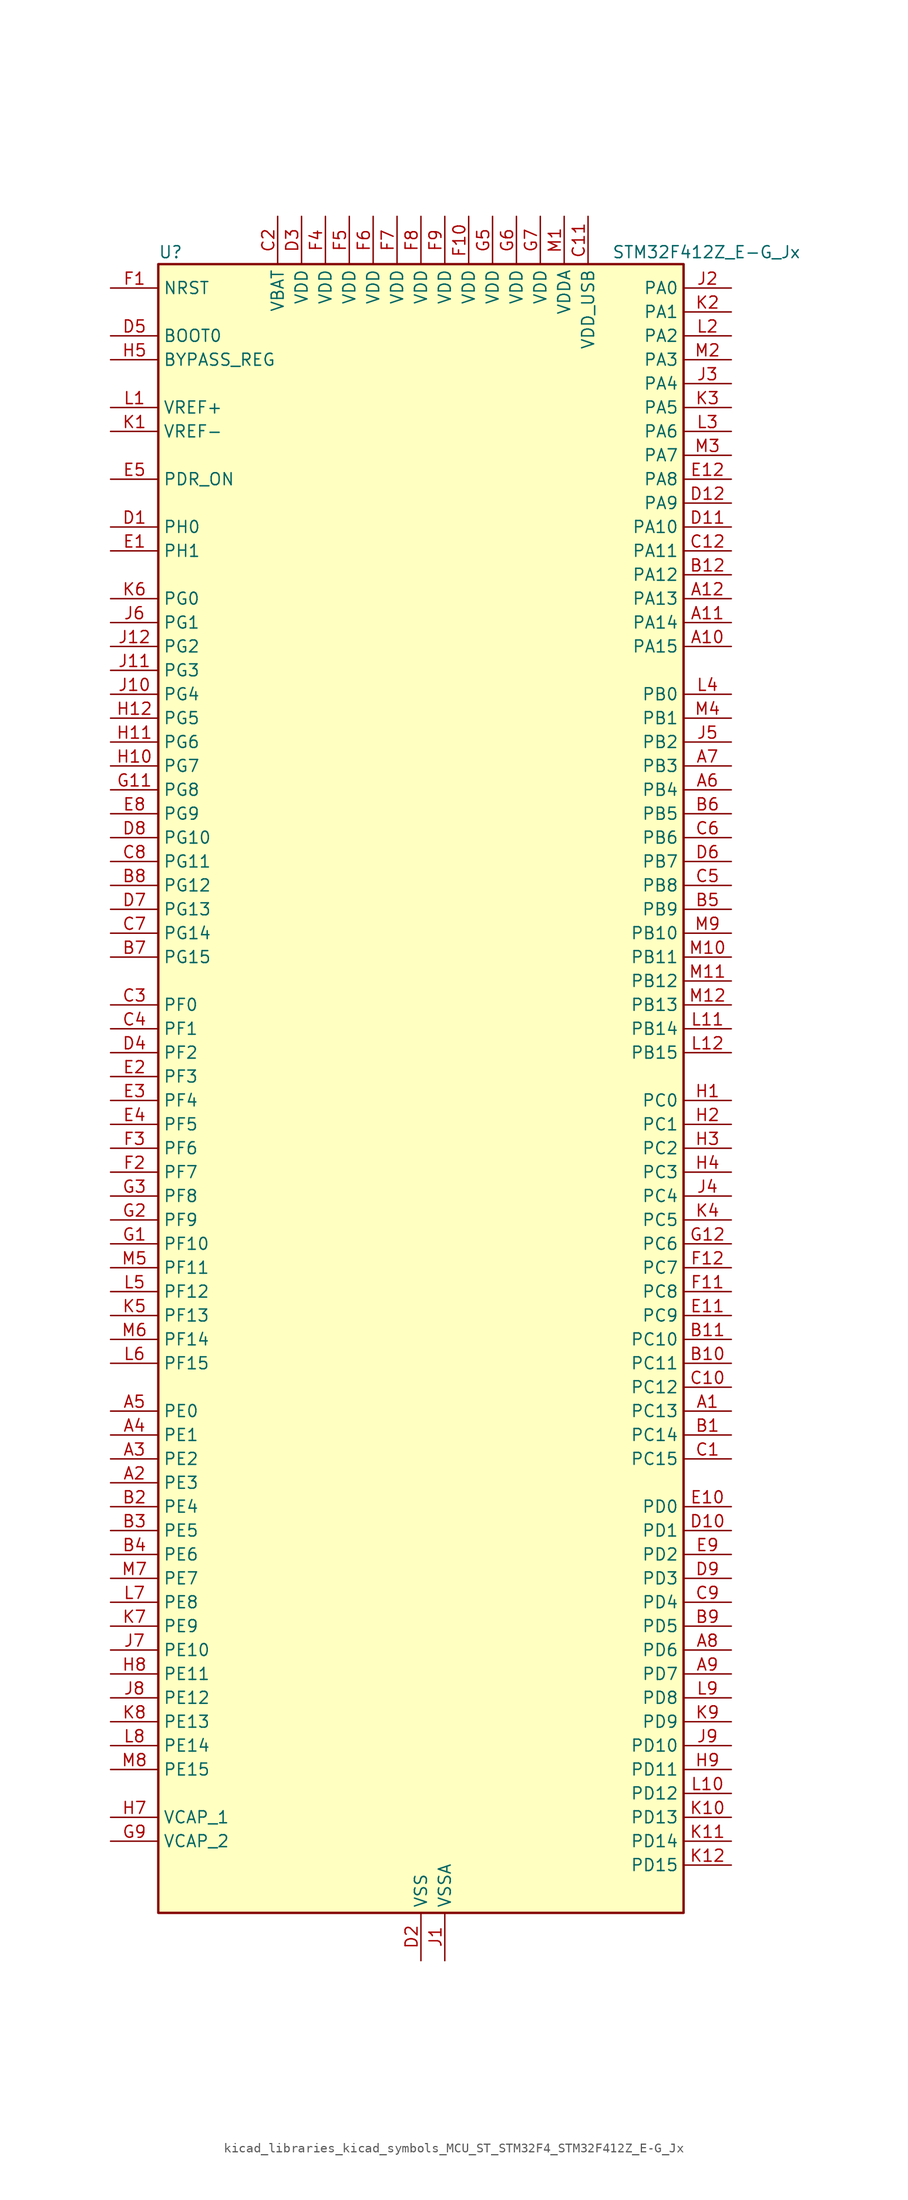
<source format=kicad_sym>
(kicad_symbol_lib
  (version 20220914)
  (generator kicad_symbol_editor)
  (symbol "kicad_libraries_kicad_symbols_MCU_ST_STM32F4_STM32F412Z_E-G_Jx"
    (property "Reference" "U"
      (at -27.94 90.17 0)
      (effects (font (size 1.27 1.27)) (justify left)))
    (property "Value" "STM32F412Z_E-G_Jx"
      (at 20.32 90.17 0)
      (effects (font (size 1.27 1.27)) (justify left)))
    (property "ki_locked" ""
      (at 0 0 0)
      (effects (font (size 1.27 1.27))))
    (symbol "kicad_libraries_kicad_symbols_MCU_ST_STM32F4_STM32F412Z_E-G_Jx_0_1"
      (rectangle (start -27.94 -86.36) (end 27.94 88.9) (stroke (width 0.254) (type default)) (fill (type background))))
    (symbol "kicad_libraries_kicad_symbols_MCU_ST_STM32F4_STM32F412Z_E-G_Jx_1_1"
      (pin bidirectional line (at 33.02 -33.02 180) (length 5.08) (name "PC13" (effects (font (size 1.27 1.27)))) (number "A1" (effects (font (size 1.27 1.27)))) (alternate "RTC_AF1" bidirectional line))
      (pin bidirectional line (at 33.02 48.26 180) (length 5.08) (name "PA15" (effects (font (size 1.27 1.27)))) (number "A10" (effects (font (size 1.27 1.27)))) (alternate "ADC1_EXTI15" bidirectional line) (alternate "I2S1_WS" bidirectional line) (alternate "I2S3_WS" bidirectional line) (alternate "SPI1_NSS" bidirectional line) (alternate "SPI3_NSS" bidirectional line) (alternate "SYS_JTDI" bidirectional line) (alternate "TIM2_CH1" bidirectional line) (alternate "TIM2_ETR" bidirectional line) (alternate "USART1_TX" bidirectional line))
      (pin bidirectional line (at 33.02 50.8 180) (length 5.08) (name "PA14" (effects (font (size 1.27 1.27)))) (number "A11" (effects (font (size 1.27 1.27)))) (alternate "SYS_JTCK-SWCLK" bidirectional line))
      (pin bidirectional line (at 33.02 53.34 180) (length 5.08) (name "PA13" (effects (font (size 1.27 1.27)))) (number "A12" (effects (font (size 1.27 1.27)))) (alternate "SYS_JTMS-SWDIO" bidirectional line))
      (pin bidirectional line (at -33.02 -40.64 0) (length 5.08) (name "PE3" (effects (font (size 1.27 1.27)))) (number "A2" (effects (font (size 1.27 1.27)))) (alternate "FSMC_A19" bidirectional line) (alternate "SYS_TRACED0" bidirectional line))
      (pin bidirectional line (at -33.02 -38.1 0) (length 5.08) (name "PE2" (effects (font (size 1.27 1.27)))) (number "A3" (effects (font (size 1.27 1.27)))) (alternate "FSMC_A23" bidirectional line) (alternate "I2S4_CK" bidirectional line) (alternate "I2S5_CK" bidirectional line) (alternate "QUADSPI_BK1_IO2" bidirectional line) (alternate "SPI4_SCK" bidirectional line) (alternate "SPI5_SCK" bidirectional line) (alternate "SYS_TRACECLK" bidirectional line))
      (pin bidirectional line (at -33.02 -35.56 0) (length 5.08) (name "PE1" (effects (font (size 1.27 1.27)))) (number "A4" (effects (font (size 1.27 1.27)))) (alternate "FSMC_NBL1" bidirectional line))
      (pin bidirectional line (at -33.02 -33.02 0) (length 5.08) (name "PE0" (effects (font (size 1.27 1.27)))) (number "A5" (effects (font (size 1.27 1.27)))) (alternate "FSMC_NBL0" bidirectional line) (alternate "TIM4_ETR" bidirectional line))
      (pin bidirectional line (at 33.02 33.02 180) (length 5.08) (name "PB4" (effects (font (size 1.27 1.27)))) (number "A6" (effects (font (size 1.27 1.27)))) (alternate "I2C3_SDA" bidirectional line) (alternate "I2S3_ext_SD" bidirectional line) (alternate "SDIO_D0" bidirectional line) (alternate "SPI1_MISO" bidirectional line) (alternate "SPI3_MISO" bidirectional line) (alternate "SYS_JTRST" bidirectional line) (alternate "TIM3_CH1" bidirectional line))
      (pin bidirectional line (at 33.02 35.56 180) (length 5.08) (name "PB3" (effects (font (size 1.27 1.27)))) (number "A7" (effects (font (size 1.27 1.27)))) (alternate "FMPI2C1_SDA" bidirectional line) (alternate "I2C2_SDA" bidirectional line) (alternate "I2S1_CK" bidirectional line) (alternate "I2S3_CK" bidirectional line) (alternate "SPI1_SCK" bidirectional line) (alternate "SPI3_SCK" bidirectional line) (alternate "SYS_JTDO-SWO" bidirectional line) (alternate "TIM2_CH2" bidirectional line) (alternate "USART1_RX" bidirectional line))
      (pin bidirectional line (at 33.02 -58.42 180) (length 5.08) (name "PD6" (effects (font (size 1.27 1.27)))) (number "A8" (effects (font (size 1.27 1.27)))) (alternate "DFSDM1_DATIN1" bidirectional line) (alternate "FSMC_NWAIT" bidirectional line) (alternate "I2S3_SD" bidirectional line) (alternate "SPI3_MOSI" bidirectional line) (alternate "USART2_RX" bidirectional line))
      (pin bidirectional line (at 33.02 -60.96 180) (length 5.08) (name "PD7" (effects (font (size 1.27 1.27)))) (number "A9" (effects (font (size 1.27 1.27)))) (alternate "DFSDM1_CKIN1" bidirectional line) (alternate "FSMC_NE1" bidirectional line) (alternate "USART2_CK" bidirectional line))
      (pin bidirectional line (at 33.02 -35.56 180) (length 5.08) (name "PC14" (effects (font (size 1.27 1.27)))) (number "B1" (effects (font (size 1.27 1.27)))) (alternate "RCC_OSC32_IN" bidirectional line))
      (pin bidirectional line (at 33.02 -27.94 180) (length 5.08) (name "PC11" (effects (font (size 1.27 1.27)))) (number "B10" (effects (font (size 1.27 1.27)))) (alternate "ADC1_EXTI11" bidirectional line) (alternate "FSMC_D2" bidirectional line) (alternate "FSMC_DA2" bidirectional line) (alternate "I2S3_ext_SD" bidirectional line) (alternate "QUADSPI_BK2_NCS" bidirectional line) (alternate "SDIO_D3" bidirectional line) (alternate "SPI3_MISO" bidirectional line) (alternate "USART3_RX" bidirectional line))
      (pin bidirectional line (at 33.02 -25.4 180) (length 5.08) (name "PC10" (effects (font (size 1.27 1.27)))) (number "B11" (effects (font (size 1.27 1.27)))) (alternate "I2S3_CK" bidirectional line) (alternate "QUADSPI_BK1_IO1" bidirectional line) (alternate "SDIO_D2" bidirectional line) (alternate "SPI3_SCK" bidirectional line) (alternate "USART3_TX" bidirectional line))
      (pin bidirectional line (at 33.02 55.88 180) (length 5.08) (name "PA12" (effects (font (size 1.27 1.27)))) (number "B12" (effects (font (size 1.27 1.27)))) (alternate "CAN1_TX" bidirectional line) (alternate "SPI5_MISO" bidirectional line) (alternate "TIM1_ETR" bidirectional line) (alternate "USART1_RTS" bidirectional line) (alternate "USART6_RX" bidirectional line) (alternate "USB_OTG_FS_DP" bidirectional line))
      (pin bidirectional line (at -33.02 -43.18 0) (length 5.08) (name "PE4" (effects (font (size 1.27 1.27)))) (number "B2" (effects (font (size 1.27 1.27)))) (alternate "DFSDM1_DATIN3" bidirectional line) (alternate "FSMC_A20" bidirectional line) (alternate "I2S4_WS" bidirectional line) (alternate "I2S5_WS" bidirectional line) (alternate "SPI4_NSS" bidirectional line) (alternate "SPI5_NSS" bidirectional line) (alternate "SYS_TRACED1" bidirectional line))
      (pin bidirectional line (at -33.02 -45.72 0) (length 5.08) (name "PE5" (effects (font (size 1.27 1.27)))) (number "B3" (effects (font (size 1.27 1.27)))) (alternate "DFSDM1_CKIN3" bidirectional line) (alternate "FSMC_A21" bidirectional line) (alternate "SPI4_MISO" bidirectional line) (alternate "SPI5_MISO" bidirectional line) (alternate "SYS_TRACED2" bidirectional line) (alternate "TIM9_CH1" bidirectional line))
      (pin bidirectional line (at -33.02 -48.26 0) (length 5.08) (name "PE6" (effects (font (size 1.27 1.27)))) (number "B4" (effects (font (size 1.27 1.27)))) (alternate "FSMC_A22" bidirectional line) (alternate "I2S4_SD" bidirectional line) (alternate "I2S5_SD" bidirectional line) (alternate "SPI4_MOSI" bidirectional line) (alternate "SPI5_MOSI" bidirectional line) (alternate "SYS_TRACED3" bidirectional line) (alternate "TIM9_CH2" bidirectional line))
      (pin bidirectional line (at 33.02 20.32 180) (length 5.08) (name "PB9" (effects (font (size 1.27 1.27)))) (number "B5" (effects (font (size 1.27 1.27)))) (alternate "CAN1_TX" bidirectional line) (alternate "I2C1_SDA" bidirectional line) (alternate "I2C2_SDA" bidirectional line) (alternate "I2S2_WS" bidirectional line) (alternate "SDIO_D5" bidirectional line) (alternate "SPI2_NSS" bidirectional line) (alternate "TIM11_CH1" bidirectional line) (alternate "TIM4_CH4" bidirectional line))
      (pin bidirectional line (at 33.02 30.48 180) (length 5.08) (name "PB5" (effects (font (size 1.27 1.27)))) (number "B6" (effects (font (size 1.27 1.27)))) (alternate "CAN2_RX" bidirectional line) (alternate "I2C1_SMBA" bidirectional line) (alternate "I2S1_SD" bidirectional line) (alternate "I2S3_SD" bidirectional line) (alternate "SDIO_D3" bidirectional line) (alternate "SPI1_MOSI" bidirectional line) (alternate "SPI3_MOSI" bidirectional line) (alternate "TIM3_CH2" bidirectional line))
      (pin bidirectional line (at -33.02 15.24 0) (length 5.08) (name "PG15" (effects (font (size 1.27 1.27)))) (number "B7" (effects (font (size 1.27 1.27)))) (alternate "ADC1_EXTI15" bidirectional line) (alternate "USART6_CTS" bidirectional line))
      (pin bidirectional line (at -33.02 22.86 0) (length 5.08) (name "PG12" (effects (font (size 1.27 1.27)))) (number "B8" (effects (font (size 1.27 1.27)))) (alternate "CAN2_TX" bidirectional line) (alternate "FSMC_NE4" bidirectional line) (alternate "USART6_RTS" bidirectional line))
      (pin bidirectional line (at 33.02 -55.88 180) (length 5.08) (name "PD5" (effects (font (size 1.27 1.27)))) (number "B9" (effects (font (size 1.27 1.27)))) (alternate "FSMC_NWE" bidirectional line) (alternate "USART2_TX" bidirectional line))
      (pin bidirectional line (at 33.02 -38.1 180) (length 5.08) (name "PC15" (effects (font (size 1.27 1.27)))) (number "C1" (effects (font (size 1.27 1.27)))) (alternate "ADC1_EXTI15" bidirectional line) (alternate "RCC_OSC32_OUT" bidirectional line))
      (pin bidirectional line (at 33.02 -30.48 180) (length 5.08) (name "PC12" (effects (font (size 1.27 1.27)))) (number "C10" (effects (font (size 1.27 1.27)))) (alternate "FSMC_D3" bidirectional line) (alternate "FSMC_DA3" bidirectional line) (alternate "I2S3_SD" bidirectional line) (alternate "SDIO_CK" bidirectional line) (alternate "SPI3_MOSI" bidirectional line) (alternate "USART3_CK" bidirectional line))
      (pin power_in line (at 17.78 93.98 270) (length 5.08) (name "VDD_USB" (effects (font (size 1.27 1.27)))) (number "C11" (effects (font (size 1.27 1.27)))))
      (pin bidirectional line (at 33.02 58.42 180) (length 5.08) (name "PA11" (effects (font (size 1.27 1.27)))) (number "C12" (effects (font (size 1.27 1.27)))) (alternate "ADC1_EXTI11" bidirectional line) (alternate "CAN1_RX" bidirectional line) (alternate "SPI4_MISO" bidirectional line) (alternate "TIM1_CH4" bidirectional line) (alternate "USART1_CTS" bidirectional line) (alternate "USART6_TX" bidirectional line) (alternate "USB_OTG_FS_DM" bidirectional line))
      (pin power_in line (at -15.24 93.98 270) (length 5.08) (name "VBAT" (effects (font (size 1.27 1.27)))) (number "C2" (effects (font (size 1.27 1.27)))))
      (pin bidirectional line (at -33.02 10.16 0) (length 5.08) (name "PF0" (effects (font (size 1.27 1.27)))) (number "C3" (effects (font (size 1.27 1.27)))) (alternate "FSMC_A0" bidirectional line) (alternate "I2C2_SDA" bidirectional line))
      (pin bidirectional line (at -33.02 7.62 0) (length 5.08) (name "PF1" (effects (font (size 1.27 1.27)))) (number "C4" (effects (font (size 1.27 1.27)))) (alternate "FSMC_A1" bidirectional line) (alternate "I2C2_SCL" bidirectional line))
      (pin bidirectional line (at 33.02 22.86 180) (length 5.08) (name "PB8" (effects (font (size 1.27 1.27)))) (number "C5" (effects (font (size 1.27 1.27)))) (alternate "CAN1_RX" bidirectional line) (alternate "I2C1_SCL" bidirectional line) (alternate "I2C3_SDA" bidirectional line) (alternate "I2S5_SD" bidirectional line) (alternate "SDIO_D4" bidirectional line) (alternate "SPI5_MOSI" bidirectional line) (alternate "TIM10_CH1" bidirectional line) (alternate "TIM4_CH3" bidirectional line))
      (pin bidirectional line (at 33.02 27.94 180) (length 5.08) (name "PB6" (effects (font (size 1.27 1.27)))) (number "C6" (effects (font (size 1.27 1.27)))) (alternate "CAN2_TX" bidirectional line) (alternate "I2C1_SCL" bidirectional line) (alternate "QUADSPI_BK1_NCS" bidirectional line) (alternate "SDIO_D0" bidirectional line) (alternate "TIM4_CH1" bidirectional line) (alternate "USART1_TX" bidirectional line))
      (pin bidirectional line (at -33.02 17.78 0) (length 5.08) (name "PG14" (effects (font (size 1.27 1.27)))) (number "C7" (effects (font (size 1.27 1.27)))) (alternate "FSMC_A25" bidirectional line) (alternate "QUADSPI_BK2_IO3" bidirectional line) (alternate "SYS_TRACED3" bidirectional line) (alternate "USART6_TX" bidirectional line))
      (pin bidirectional line (at -33.02 25.4 0) (length 5.08) (name "PG11" (effects (font (size 1.27 1.27)))) (number "C8" (effects (font (size 1.27 1.27)))) (alternate "ADC1_EXTI11" bidirectional line) (alternate "CAN2_RX" bidirectional line))
      (pin bidirectional line (at 33.02 -53.34 180) (length 5.08) (name "PD4" (effects (font (size 1.27 1.27)))) (number "C9" (effects (font (size 1.27 1.27)))) (alternate "DFSDM1_CKIN0" bidirectional line) (alternate "FSMC_NOE" bidirectional line) (alternate "USART2_RTS" bidirectional line))
      (pin bidirectional line (at -33.02 60.96 0) (length 5.08) (name "PH0" (effects (font (size 1.27 1.27)))) (number "D1" (effects (font (size 1.27 1.27)))) (alternate "RCC_OSC_IN" bidirectional line))
      (pin bidirectional line (at 33.02 -45.72 180) (length 5.08) (name "PD1" (effects (font (size 1.27 1.27)))) (number "D10" (effects (font (size 1.27 1.27)))) (alternate "CAN1_TX" bidirectional line) (alternate "FSMC_D3" bidirectional line) (alternate "FSMC_DA3" bidirectional line))
      (pin bidirectional line (at 33.02 60.96 180) (length 5.08) (name "PA10" (effects (font (size 1.27 1.27)))) (number "D11" (effects (font (size 1.27 1.27)))) (alternate "I2S5_SD" bidirectional line) (alternate "SPI5_MOSI" bidirectional line) (alternate "TIM1_CH3" bidirectional line) (alternate "USART1_RX" bidirectional line) (alternate "USB_OTG_FS_ID" bidirectional line))
      (pin bidirectional line (at 33.02 63.5 180) (length 5.08) (name "PA9" (effects (font (size 1.27 1.27)))) (number "D12" (effects (font (size 1.27 1.27)))) (alternate "I2C3_SMBA" bidirectional line) (alternate "SDIO_D2" bidirectional line) (alternate "TIM1_CH2" bidirectional line) (alternate "USART1_TX" bidirectional line) (alternate "USB_OTG_FS_VBUS" bidirectional line))
      (pin power_in line (at 0 -91.44 90) (length 5.08) (name "VSS" (effects (font (size 1.27 1.27)))) (number "D2" (effects (font (size 1.27 1.27)))))
      (pin power_in line (at -12.7 93.98 270) (length 5.08) (name "VDD" (effects (font (size 1.27 1.27)))) (number "D3" (effects (font (size 1.27 1.27)))))
      (pin bidirectional line (at -33.02 5.08 0) (length 5.08) (name "PF2" (effects (font (size 1.27 1.27)))) (number "D4" (effects (font (size 1.27 1.27)))) (alternate "FSMC_A2" bidirectional line) (alternate "I2C2_SMBA" bidirectional line))
      (pin input line (at -33.02 81.28 0) (length 5.08) (name "BOOT0" (effects (font (size 1.27 1.27)))) (number "D5" (effects (font (size 1.27 1.27)))))
      (pin bidirectional line (at 33.02 25.4 180) (length 5.08) (name "PB7" (effects (font (size 1.27 1.27)))) (number "D6" (effects (font (size 1.27 1.27)))) (alternate "FSMC_NL" bidirectional line) (alternate "I2C1_SDA" bidirectional line) (alternate "TIM4_CH2" bidirectional line) (alternate "USART1_RX" bidirectional line))
      (pin bidirectional line (at -33.02 20.32 0) (length 5.08) (name "PG13" (effects (font (size 1.27 1.27)))) (number "D7" (effects (font (size 1.27 1.27)))) (alternate "FSMC_A24" bidirectional line) (alternate "SYS_TRACED2" bidirectional line) (alternate "USART6_CTS" bidirectional line))
      (pin bidirectional line (at -33.02 27.94 0) (length 5.08) (name "PG10" (effects (font (size 1.27 1.27)))) (number "D8" (effects (font (size 1.27 1.27)))) (alternate "FSMC_NE3" bidirectional line))
      (pin bidirectional line (at 33.02 -50.8 180) (length 5.08) (name "PD3" (effects (font (size 1.27 1.27)))) (number "D9" (effects (font (size 1.27 1.27)))) (alternate "DFSDM1_DATIN0" bidirectional line) (alternate "FSMC_CLK" bidirectional line) (alternate "I2S2_CK" bidirectional line) (alternate "QUADSPI_CLK" bidirectional line) (alternate "SPI2_SCK" bidirectional line) (alternate "SYS_TRACED1" bidirectional line) (alternate "USART2_CTS" bidirectional line))
      (pin bidirectional line (at -33.02 58.42 0) (length 5.08) (name "PH1" (effects (font (size 1.27 1.27)))) (number "E1" (effects (font (size 1.27 1.27)))) (alternate "RCC_OSC_OUT" bidirectional line))
      (pin bidirectional line (at 33.02 -43.18 180) (length 5.08) (name "PD0" (effects (font (size 1.27 1.27)))) (number "E10" (effects (font (size 1.27 1.27)))) (alternate "CAN1_RX" bidirectional line) (alternate "FSMC_D2" bidirectional line) (alternate "FSMC_DA2" bidirectional line))
      (pin bidirectional line (at 33.02 -22.86 180) (length 5.08) (name "PC9" (effects (font (size 1.27 1.27)))) (number "E11" (effects (font (size 1.27 1.27)))) (alternate "I2C3_SDA" bidirectional line) (alternate "I2S_CKIN" bidirectional line) (alternate "QUADSPI_BK1_IO0" bidirectional line) (alternate "RCC_MCO_2" bidirectional line) (alternate "SDIO_D1" bidirectional line) (alternate "TIM3_CH4" bidirectional line) (alternate "TIM8_CH4" bidirectional line))
      (pin bidirectional line (at 33.02 66.04 180) (length 5.08) (name "PA8" (effects (font (size 1.27 1.27)))) (number "E12" (effects (font (size 1.27 1.27)))) (alternate "I2C3_SCL" bidirectional line) (alternate "RCC_MCO_1" bidirectional line) (alternate "SDIO_D1" bidirectional line) (alternate "TIM1_CH1" bidirectional line) (alternate "USART1_CK" bidirectional line) (alternate "USB_OTG_FS_SOF" bidirectional line))
      (pin bidirectional line (at -33.02 2.54 0) (length 5.08) (name "PF3" (effects (font (size 1.27 1.27)))) (number "E2" (effects (font (size 1.27 1.27)))) (alternate "FSMC_A3" bidirectional line) (alternate "TIM5_CH1" bidirectional line))
      (pin bidirectional line (at -33.02 0 0) (length 5.08) (name "PF4" (effects (font (size 1.27 1.27)))) (number "E3" (effects (font (size 1.27 1.27)))) (alternate "FSMC_A4" bidirectional line) (alternate "TIM5_CH2" bidirectional line))
      (pin bidirectional line (at -33.02 -2.54 0) (length 5.08) (name "PF5" (effects (font (size 1.27 1.27)))) (number "E4" (effects (font (size 1.27 1.27)))) (alternate "FSMC_A5" bidirectional line) (alternate "TIM5_CH3" bidirectional line))
      (pin input line (at -33.02 66.04 0) (length 5.08) (name "PDR_ON" (effects (font (size 1.27 1.27)))) (number "E5" (effects (font (size 1.27 1.27)))))
      (pin passive line (at 0 -91.44 90) (length 5.08) hide (name "VSS" (effects (font (size 1.27 1.27)))) (number "E6" (effects (font (size 1.27 1.27)))))
      (pin passive line (at 0 -91.44 90) (length 5.08) hide (name "VSS" (effects (font (size 1.27 1.27)))) (number "E7" (effects (font (size 1.27 1.27)))))
      (pin bidirectional line (at -33.02 30.48 0) (length 5.08) (name "PG9" (effects (font (size 1.27 1.27)))) (number "E8" (effects (font (size 1.27 1.27)))) (alternate "FSMC_NE2" bidirectional line) (alternate "QUADSPI_BK2_IO2" bidirectional line) (alternate "USART6_RX" bidirectional line))
      (pin bidirectional line (at 33.02 -48.26 180) (length 5.08) (name "PD2" (effects (font (size 1.27 1.27)))) (number "E9" (effects (font (size 1.27 1.27)))) (alternate "FSMC_NWE" bidirectional line) (alternate "SDIO_CMD" bidirectional line) (alternate "TIM3_ETR" bidirectional line))
      (pin input line (at -33.02 86.36 0) (length 5.08) (name "NRST" (effects (font (size 1.27 1.27)))) (number "F1" (effects (font (size 1.27 1.27)))))
      (pin power_in line (at 5.08 93.98 270) (length 5.08) (name "VDD" (effects (font (size 1.27 1.27)))) (number "F10" (effects (font (size 1.27 1.27)))))
      (pin bidirectional line (at 33.02 -20.32 180) (length 5.08) (name "PC8" (effects (font (size 1.27 1.27)))) (number "F11" (effects (font (size 1.27 1.27)))) (alternate "QUADSPI_BK1_IO2" bidirectional line) (alternate "SDIO_D0" bidirectional line) (alternate "TIM3_CH3" bidirectional line) (alternate "TIM8_CH3" bidirectional line) (alternate "USART6_CK" bidirectional line))
      (pin bidirectional line (at 33.02 -17.78 180) (length 5.08) (name "PC7" (effects (font (size 1.27 1.27)))) (number "F12" (effects (font (size 1.27 1.27)))) (alternate "DFSDM1_DATIN3" bidirectional line) (alternate "FMPI2C1_SDA" bidirectional line) (alternate "I2S2_CK" bidirectional line) (alternate "I2S3_MCK" bidirectional line) (alternate "SDIO_D7" bidirectional line) (alternate "SPI2_SCK" bidirectional line) (alternate "TIM3_CH2" bidirectional line) (alternate "TIM8_CH2" bidirectional line) (alternate "USART6_RX" bidirectional line))
      (pin bidirectional line (at -33.02 -7.62 0) (length 5.08) (name "PF7" (effects (font (size 1.27 1.27)))) (number "F2" (effects (font (size 1.27 1.27)))) (alternate "QUADSPI_BK1_IO2" bidirectional line) (alternate "SYS_TRACED1" bidirectional line) (alternate "TIM11_CH1" bidirectional line))
      (pin bidirectional line (at -33.02 -5.08 0) (length 5.08) (name "PF6" (effects (font (size 1.27 1.27)))) (number "F3" (effects (font (size 1.27 1.27)))) (alternate "QUADSPI_BK1_IO3" bidirectional line) (alternate "SYS_TRACED0" bidirectional line) (alternate "TIM10_CH1" bidirectional line))
      (pin power_in line (at -10.16 93.98 270) (length 5.08) (name "VDD" (effects (font (size 1.27 1.27)))) (number "F4" (effects (font (size 1.27 1.27)))))
      (pin power_in line (at -7.62 93.98 270) (length 5.08) (name "VDD" (effects (font (size 1.27 1.27)))) (number "F5" (effects (font (size 1.27 1.27)))))
      (pin power_in line (at -5.08 93.98 270) (length 5.08) (name "VDD" (effects (font (size 1.27 1.27)))) (number "F6" (effects (font (size 1.27 1.27)))))
      (pin power_in line (at -2.54 93.98 270) (length 5.08) (name "VDD" (effects (font (size 1.27 1.27)))) (number "F7" (effects (font (size 1.27 1.27)))))
      (pin power_in line (at 0 93.98 270) (length 5.08) (name "VDD" (effects (font (size 1.27 1.27)))) (number "F8" (effects (font (size 1.27 1.27)))))
      (pin power_in line (at 2.54 93.98 270) (length 5.08) (name "VDD" (effects (font (size 1.27 1.27)))) (number "F9" (effects (font (size 1.27 1.27)))))
      (pin bidirectional line (at -33.02 -15.24 0) (length 5.08) (name "PF10" (effects (font (size 1.27 1.27)))) (number "G1" (effects (font (size 1.27 1.27)))) (alternate "TIM1_ETR" bidirectional line) (alternate "TIM5_CH4" bidirectional line))
      (pin passive line (at 0 -91.44 90) (length 5.08) hide (name "VSS" (effects (font (size 1.27 1.27)))) (number "G10" (effects (font (size 1.27 1.27)))))
      (pin bidirectional line (at -33.02 33.02 0) (length 5.08) (name "PG8" (effects (font (size 1.27 1.27)))) (number "G11" (effects (font (size 1.27 1.27)))) (alternate "USART6_RTS" bidirectional line))
      (pin bidirectional line (at 33.02 -15.24 180) (length 5.08) (name "PC6" (effects (font (size 1.27 1.27)))) (number "G12" (effects (font (size 1.27 1.27)))) (alternate "DFSDM1_CKIN3" bidirectional line) (alternate "FMPI2C1_SCL" bidirectional line) (alternate "FSMC_D1" bidirectional line) (alternate "FSMC_DA1" bidirectional line) (alternate "I2S2_MCK" bidirectional line) (alternate "SDIO_D6" bidirectional line) (alternate "TIM3_CH1" bidirectional line) (alternate "TIM8_CH1" bidirectional line) (alternate "USART6_TX" bidirectional line))
      (pin bidirectional line (at -33.02 -12.7 0) (length 5.08) (name "PF9" (effects (font (size 1.27 1.27)))) (number "G2" (effects (font (size 1.27 1.27)))) (alternate "QUADSPI_BK1_IO1" bidirectional line) (alternate "TIM14_CH1" bidirectional line))
      (pin bidirectional line (at -33.02 -10.16 0) (length 5.08) (name "PF8" (effects (font (size 1.27 1.27)))) (number "G3" (effects (font (size 1.27 1.27)))) (alternate "QUADSPI_BK1_IO0" bidirectional line) (alternate "TIM13_CH1" bidirectional line))
      (pin passive line (at 0 -91.44 90) (length 5.08) hide (name "VSS" (effects (font (size 1.27 1.27)))) (number "G4" (effects (font (size 1.27 1.27)))))
      (pin power_in line (at 7.62 93.98 270) (length 5.08) (name "VDD" (effects (font (size 1.27 1.27)))) (number "G5" (effects (font (size 1.27 1.27)))))
      (pin power_in line (at 10.16 93.98 270) (length 5.08) (name "VDD" (effects (font (size 1.27 1.27)))) (number "G6" (effects (font (size 1.27 1.27)))))
      (pin power_in line (at 12.7 93.98 270) (length 5.08) (name "VDD" (effects (font (size 1.27 1.27)))) (number "G7" (effects (font (size 1.27 1.27)))))
      (pin passive line (at 0 -91.44 90) (length 5.08) hide (name "VSS" (effects (font (size 1.27 1.27)))) (number "G8" (effects (font (size 1.27 1.27)))))
      (pin power_out line (at -33.02 -78.74 0) (length 5.08) (name "VCAP_2" (effects (font (size 1.27 1.27)))) (number "G9" (effects (font (size 1.27 1.27)))))
      (pin bidirectional line (at 33.02 0 180) (length 5.08) (name "PC0" (effects (font (size 1.27 1.27)))) (number "H1" (effects (font (size 1.27 1.27)))) (alternate "ADC1_IN10" bidirectional line) (alternate "SYS_WKUP2" bidirectional line))
      (pin bidirectional line (at -33.02 35.56 0) (length 5.08) (name "PG7" (effects (font (size 1.27 1.27)))) (number "H10" (effects (font (size 1.27 1.27)))) (alternate "USART6_CK" bidirectional line))
      (pin bidirectional line (at -33.02 38.1 0) (length 5.08) (name "PG6" (effects (font (size 1.27 1.27)))) (number "H11" (effects (font (size 1.27 1.27)))) (alternate "QUADSPI_BK1_NCS" bidirectional line))
      (pin bidirectional line (at -33.02 40.64 0) (length 5.08) (name "PG5" (effects (font (size 1.27 1.27)))) (number "H12" (effects (font (size 1.27 1.27)))) (alternate "FSMC_A15" bidirectional line))
      (pin bidirectional line (at 33.02 -2.54 180) (length 5.08) (name "PC1" (effects (font (size 1.27 1.27)))) (number "H2" (effects (font (size 1.27 1.27)))) (alternate "ADC1_IN11" bidirectional line) (alternate "SYS_WKUP3" bidirectional line))
      (pin bidirectional line (at 33.02 -5.08 180) (length 5.08) (name "PC2" (effects (font (size 1.27 1.27)))) (number "H3" (effects (font (size 1.27 1.27)))) (alternate "ADC1_IN12" bidirectional line) (alternate "DFSDM1_CKOUT" bidirectional line) (alternate "FSMC_NWE" bidirectional line) (alternate "I2S2_ext_SD" bidirectional line) (alternate "SPI2_MISO" bidirectional line))
      (pin bidirectional line (at 33.02 -7.62 180) (length 5.08) (name "PC3" (effects (font (size 1.27 1.27)))) (number "H4" (effects (font (size 1.27 1.27)))) (alternate "ADC1_IN13" bidirectional line) (alternate "FSMC_A0" bidirectional line) (alternate "I2S2_SD" bidirectional line) (alternate "SPI2_MOSI" bidirectional line))
      (pin input line (at -33.02 78.74 0) (length 5.08) (name "BYPASS_REG" (effects (font (size 1.27 1.27)))) (number "H5" (effects (font (size 1.27 1.27)))))
      (pin passive line (at 0 -91.44 90) (length 5.08) hide (name "VSS" (effects (font (size 1.27 1.27)))) (number "H6" (effects (font (size 1.27 1.27)))))
      (pin power_out line (at -33.02 -76.2 0) (length 5.08) (name "VCAP_1" (effects (font (size 1.27 1.27)))) (number "H7" (effects (font (size 1.27 1.27)))))
      (pin bidirectional line (at -33.02 -60.96 0) (length 5.08) (name "PE11" (effects (font (size 1.27 1.27)))) (number "H8" (effects (font (size 1.27 1.27)))) (alternate "ADC1_EXTI11" bidirectional line) (alternate "FSMC_D8" bidirectional line) (alternate "FSMC_DA8" bidirectional line) (alternate "I2S4_WS" bidirectional line) (alternate "I2S5_WS" bidirectional line) (alternate "SPI4_NSS" bidirectional line) (alternate "SPI5_NSS" bidirectional line) (alternate "TIM1_CH2" bidirectional line))
      (pin bidirectional line (at 33.02 -71.12 180) (length 5.08) (name "PD11" (effects (font (size 1.27 1.27)))) (number "H9" (effects (font (size 1.27 1.27)))) (alternate "ADC1_EXTI11" bidirectional line) (alternate "FMPI2C1_SMBA" bidirectional line) (alternate "FSMC_A16" bidirectional line) (alternate "QUADSPI_BK1_IO0" bidirectional line) (alternate "USART3_CTS" bidirectional line))
      (pin power_in line (at 2.54 -91.44 90) (length 5.08) (name "VSSA" (effects (font (size 1.27 1.27)))) (number "J1" (effects (font (size 1.27 1.27)))))
      (pin bidirectional line (at -33.02 43.18 0) (length 5.08) (name "PG4" (effects (font (size 1.27 1.27)))) (number "J10" (effects (font (size 1.27 1.27)))) (alternate "FSMC_A14" bidirectional line))
      (pin bidirectional line (at -33.02 45.72 0) (length 5.08) (name "PG3" (effects (font (size 1.27 1.27)))) (number "J11" (effects (font (size 1.27 1.27)))) (alternate "FSMC_A13" bidirectional line))
      (pin bidirectional line (at -33.02 48.26 0) (length 5.08) (name "PG2" (effects (font (size 1.27 1.27)))) (number "J12" (effects (font (size 1.27 1.27)))) (alternate "FSMC_A12" bidirectional line))
      (pin bidirectional line (at 33.02 86.36 180) (length 5.08) (name "PA0" (effects (font (size 1.27 1.27)))) (number "J2" (effects (font (size 1.27 1.27)))) (alternate "ADC1_IN0" bidirectional line) (alternate "SYS_WKUP1" bidirectional line) (alternate "TIM2_CH1" bidirectional line) (alternate "TIM2_ETR" bidirectional line) (alternate "TIM5_CH1" bidirectional line) (alternate "TIM8_ETR" bidirectional line) (alternate "USART2_CTS" bidirectional line))
      (pin bidirectional line (at 33.02 76.2 180) (length 5.08) (name "PA4" (effects (font (size 1.27 1.27)))) (number "J3" (effects (font (size 1.27 1.27)))) (alternate "ADC1_IN4" bidirectional line) (alternate "DFSDM1_DATIN1" bidirectional line) (alternate "FSMC_D6" bidirectional line) (alternate "FSMC_DA6" bidirectional line) (alternate "I2S1_WS" bidirectional line) (alternate "I2S3_WS" bidirectional line) (alternate "SPI1_NSS" bidirectional line) (alternate "SPI3_NSS" bidirectional line) (alternate "USART2_CK" bidirectional line))
      (pin bidirectional line (at 33.02 -10.16 180) (length 5.08) (name "PC4" (effects (font (size 1.27 1.27)))) (number "J4" (effects (font (size 1.27 1.27)))) (alternate "ADC1_IN14" bidirectional line) (alternate "FSMC_NE4" bidirectional line) (alternate "I2S1_MCK" bidirectional line) (alternate "QUADSPI_BK2_IO2" bidirectional line))
      (pin bidirectional line (at 33.02 38.1 180) (length 5.08) (name "PB2" (effects (font (size 1.27 1.27)))) (number "J5" (effects (font (size 1.27 1.27)))) (alternate "DFSDM1_CKIN0" bidirectional line) (alternate "QUADSPI_CLK" bidirectional line))
      (pin bidirectional line (at -33.02 50.8 0) (length 5.08) (name "PG1" (effects (font (size 1.27 1.27)))) (number "J6" (effects (font (size 1.27 1.27)))) (alternate "CAN1_TX" bidirectional line) (alternate "FSMC_A11" bidirectional line))
      (pin bidirectional line (at -33.02 -58.42 0) (length 5.08) (name "PE10" (effects (font (size 1.27 1.27)))) (number "J7" (effects (font (size 1.27 1.27)))) (alternate "FSMC_D7" bidirectional line) (alternate "FSMC_DA7" bidirectional line) (alternate "QUADSPI_BK2_IO3" bidirectional line) (alternate "TIM1_CH2N" bidirectional line))
      (pin bidirectional line (at -33.02 -63.5 0) (length 5.08) (name "PE12" (effects (font (size 1.27 1.27)))) (number "J8" (effects (font (size 1.27 1.27)))) (alternate "FSMC_D9" bidirectional line) (alternate "FSMC_DA9" bidirectional line) (alternate "I2S4_CK" bidirectional line) (alternate "I2S5_CK" bidirectional line) (alternate "SPI4_SCK" bidirectional line) (alternate "SPI5_SCK" bidirectional line) (alternate "TIM1_CH3N" bidirectional line))
      (pin bidirectional line (at 33.02 -68.58 180) (length 5.08) (name "PD10" (effects (font (size 1.27 1.27)))) (number "J9" (effects (font (size 1.27 1.27)))) (alternate "FSMC_D15" bidirectional line) (alternate "FSMC_DA15" bidirectional line) (alternate "USART3_CK" bidirectional line))
      (pin input line (at -33.02 71.12 0) (length 5.08) (name "VREF-" (effects (font (size 1.27 1.27)))) (number "K1" (effects (font (size 1.27 1.27)))))
      (pin bidirectional line (at 33.02 -76.2 180) (length 5.08) (name "PD13" (effects (font (size 1.27 1.27)))) (number "K10" (effects (font (size 1.27 1.27)))) (alternate "FMPI2C1_SDA" bidirectional line) (alternate "FSMC_A18" bidirectional line) (alternate "QUADSPI_BK1_IO3" bidirectional line) (alternate "TIM4_CH2" bidirectional line))
      (pin bidirectional line (at 33.02 -78.74 180) (length 5.08) (name "PD14" (effects (font (size 1.27 1.27)))) (number "K11" (effects (font (size 1.27 1.27)))) (alternate "FMPI2C1_SCL" bidirectional line) (alternate "FSMC_D0" bidirectional line) (alternate "FSMC_DA0" bidirectional line) (alternate "TIM4_CH3" bidirectional line))
      (pin bidirectional line (at 33.02 -81.28 180) (length 5.08) (name "PD15" (effects (font (size 1.27 1.27)))) (number "K12" (effects (font (size 1.27 1.27)))) (alternate "ADC1_EXTI15" bidirectional line) (alternate "FMPI2C1_SDA" bidirectional line) (alternate "FSMC_D1" bidirectional line) (alternate "FSMC_DA1" bidirectional line) (alternate "TIM4_CH4" bidirectional line))
      (pin bidirectional line (at 33.02 83.82 180) (length 5.08) (name "PA1" (effects (font (size 1.27 1.27)))) (number "K2" (effects (font (size 1.27 1.27)))) (alternate "ADC1_IN1" bidirectional line) (alternate "I2S4_SD" bidirectional line) (alternate "QUADSPI_BK1_IO3" bidirectional line) (alternate "SPI4_MOSI" bidirectional line) (alternate "TIM2_CH2" bidirectional line) (alternate "TIM5_CH2" bidirectional line) (alternate "USART2_RTS" bidirectional line))
      (pin bidirectional line (at 33.02 73.66 180) (length 5.08) (name "PA5" (effects (font (size 1.27 1.27)))) (number "K3" (effects (font (size 1.27 1.27)))) (alternate "ADC1_IN5" bidirectional line) (alternate "DFSDM1_CKIN1" bidirectional line) (alternate "FSMC_D7" bidirectional line) (alternate "FSMC_DA7" bidirectional line) (alternate "I2S1_CK" bidirectional line) (alternate "SPI1_SCK" bidirectional line) (alternate "TIM2_CH1" bidirectional line) (alternate "TIM2_ETR" bidirectional line) (alternate "TIM8_CH1N" bidirectional line))
      (pin bidirectional line (at 33.02 -12.7 180) (length 5.08) (name "PC5" (effects (font (size 1.27 1.27)))) (number "K4" (effects (font (size 1.27 1.27)))) (alternate "ADC1_IN15" bidirectional line) (alternate "FMPI2C1_SMBA" bidirectional line) (alternate "FSMC_NOE" bidirectional line) (alternate "QUADSPI_BK2_IO3" bidirectional line) (alternate "USART3_RX" bidirectional line))
      (pin bidirectional line (at -33.02 -22.86 0) (length 5.08) (name "PF13" (effects (font (size 1.27 1.27)))) (number "K5" (effects (font (size 1.27 1.27)))) (alternate "FMPI2C1_SMBA" bidirectional line) (alternate "FSMC_A7" bidirectional line))
      (pin bidirectional line (at -33.02 53.34 0) (length 5.08) (name "PG0" (effects (font (size 1.27 1.27)))) (number "K6" (effects (font (size 1.27 1.27)))) (alternate "CAN1_RX" bidirectional line) (alternate "FSMC_A10" bidirectional line))
      (pin bidirectional line (at -33.02 -55.88 0) (length 5.08) (name "PE9" (effects (font (size 1.27 1.27)))) (number "K7" (effects (font (size 1.27 1.27)))) (alternate "DFSDM1_CKOUT" bidirectional line) (alternate "FSMC_D6" bidirectional line) (alternate "FSMC_DA6" bidirectional line) (alternate "QUADSPI_BK2_IO2" bidirectional line) (alternate "TIM1_CH1" bidirectional line))
      (pin bidirectional line (at -33.02 -66.04 0) (length 5.08) (name "PE13" (effects (font (size 1.27 1.27)))) (number "K8" (effects (font (size 1.27 1.27)))) (alternate "FSMC_D10" bidirectional line) (alternate "FSMC_DA10" bidirectional line) (alternate "SPI4_MISO" bidirectional line) (alternate "SPI5_MISO" bidirectional line) (alternate "TIM1_CH3" bidirectional line))
      (pin bidirectional line (at 33.02 -66.04 180) (length 5.08) (name "PD9" (effects (font (size 1.27 1.27)))) (number "K9" (effects (font (size 1.27 1.27)))) (alternate "FSMC_D14" bidirectional line) (alternate "FSMC_DA14" bidirectional line) (alternate "USART3_RX" bidirectional line))
      (pin input line (at -33.02 73.66 0) (length 5.08) (name "VREF+" (effects (font (size 1.27 1.27)))) (number "L1" (effects (font (size 1.27 1.27)))))
      (pin bidirectional line (at 33.02 -73.66 180) (length 5.08) (name "PD12" (effects (font (size 1.27 1.27)))) (number "L10" (effects (font (size 1.27 1.27)))) (alternate "FMPI2C1_SCL" bidirectional line) (alternate "FSMC_A17" bidirectional line) (alternate "QUADSPI_BK1_IO1" bidirectional line) (alternate "TIM4_CH1" bidirectional line) (alternate "USART3_RTS" bidirectional line))
      (pin bidirectional line (at 33.02 7.62 180) (length 5.08) (name "PB14" (effects (font (size 1.27 1.27)))) (number "L11" (effects (font (size 1.27 1.27)))) (alternate "DFSDM1_DATIN2" bidirectional line) (alternate "FMPI2C1_SDA" bidirectional line) (alternate "FSMC_D0" bidirectional line) (alternate "FSMC_DA0" bidirectional line) (alternate "I2S2_ext_SD" bidirectional line) (alternate "SDIO_D6" bidirectional line) (alternate "SPI2_MISO" bidirectional line) (alternate "TIM12_CH1" bidirectional line) (alternate "TIM1_CH2N" bidirectional line) (alternate "TIM8_CH2N" bidirectional line) (alternate "USART3_RTS" bidirectional line))
      (pin bidirectional line (at 33.02 5.08 180) (length 5.08) (name "PB15" (effects (font (size 1.27 1.27)))) (number "L12" (effects (font (size 1.27 1.27)))) (alternate "ADC1_EXTI15" bidirectional line) (alternate "DFSDM1_CKIN2" bidirectional line) (alternate "FMPI2C1_SCL" bidirectional line) (alternate "I2S2_SD" bidirectional line) (alternate "RTC_REFIN" bidirectional line) (alternate "SDIO_CK" bidirectional line) (alternate "SPI2_MOSI" bidirectional line) (alternate "TIM12_CH2" bidirectional line) (alternate "TIM1_CH3N" bidirectional line) (alternate "TIM8_CH3N" bidirectional line))
      (pin bidirectional line (at 33.02 81.28 180) (length 5.08) (name "PA2" (effects (font (size 1.27 1.27)))) (number "L2" (effects (font (size 1.27 1.27)))) (alternate "ADC1_IN2" bidirectional line) (alternate "FSMC_D4" bidirectional line) (alternate "FSMC_DA4" bidirectional line) (alternate "I2S_CKIN" bidirectional line) (alternate "TIM2_CH3" bidirectional line) (alternate "TIM5_CH3" bidirectional line) (alternate "TIM9_CH1" bidirectional line) (alternate "USART2_TX" bidirectional line))
      (pin bidirectional line (at 33.02 71.12 180) (length 5.08) (name "PA6" (effects (font (size 1.27 1.27)))) (number "L3" (effects (font (size 1.27 1.27)))) (alternate "ADC1_IN6" bidirectional line) (alternate "I2S2_MCK" bidirectional line) (alternate "QUADSPI_BK2_IO0" bidirectional line) (alternate "SDIO_CMD" bidirectional line) (alternate "SPI1_MISO" bidirectional line) (alternate "TIM13_CH1" bidirectional line) (alternate "TIM1_BKIN" bidirectional line) (alternate "TIM3_CH1" bidirectional line) (alternate "TIM8_BKIN" bidirectional line))
      (pin bidirectional line (at 33.02 43.18 180) (length 5.08) (name "PB0" (effects (font (size 1.27 1.27)))) (number "L4" (effects (font (size 1.27 1.27)))) (alternate "ADC1_IN8" bidirectional line) (alternate "I2S5_CK" bidirectional line) (alternate "SPI5_SCK" bidirectional line) (alternate "TIM1_CH2N" bidirectional line) (alternate "TIM3_CH3" bidirectional line) (alternate "TIM8_CH2N" bidirectional line))
      (pin bidirectional line (at -33.02 -20.32 0) (length 5.08) (name "PF12" (effects (font (size 1.27 1.27)))) (number "L5" (effects (font (size 1.27 1.27)))) (alternate "FSMC_A6" bidirectional line) (alternate "TIM8_BKIN" bidirectional line))
      (pin bidirectional line (at -33.02 -27.94 0) (length 5.08) (name "PF15" (effects (font (size 1.27 1.27)))) (number "L6" (effects (font (size 1.27 1.27)))) (alternate "ADC1_EXTI15" bidirectional line) (alternate "FMPI2C1_SDA" bidirectional line) (alternate "FSMC_A9" bidirectional line))
      (pin bidirectional line (at -33.02 -53.34 0) (length 5.08) (name "PE8" (effects (font (size 1.27 1.27)))) (number "L7" (effects (font (size 1.27 1.27)))) (alternate "DFSDM1_CKIN2" bidirectional line) (alternate "FSMC_D5" bidirectional line) (alternate "FSMC_DA5" bidirectional line) (alternate "QUADSPI_BK2_IO1" bidirectional line) (alternate "TIM1_CH1N" bidirectional line))
      (pin bidirectional line (at -33.02 -68.58 0) (length 5.08) (name "PE14" (effects (font (size 1.27 1.27)))) (number "L8" (effects (font (size 1.27 1.27)))) (alternate "FSMC_D11" bidirectional line) (alternate "FSMC_DA11" bidirectional line) (alternate "I2S4_SD" bidirectional line) (alternate "I2S5_SD" bidirectional line) (alternate "SPI4_MOSI" bidirectional line) (alternate "SPI5_MOSI" bidirectional line) (alternate "TIM1_CH4" bidirectional line))
      (pin bidirectional line (at 33.02 -63.5 180) (length 5.08) (name "PD8" (effects (font (size 1.27 1.27)))) (number "L9" (effects (font (size 1.27 1.27)))) (alternate "FSMC_D13" bidirectional line) (alternate "FSMC_DA13" bidirectional line) (alternate "USART3_TX" bidirectional line))
      (pin power_in line (at 15.24 93.98 270) (length 5.08) (name "VDDA" (effects (font (size 1.27 1.27)))) (number "M1" (effects (font (size 1.27 1.27)))))
      (pin bidirectional line (at 33.02 15.24 180) (length 5.08) (name "PB11" (effects (font (size 1.27 1.27)))) (number "M10" (effects (font (size 1.27 1.27)))) (alternate "ADC1_EXTI11" bidirectional line) (alternate "I2C2_SDA" bidirectional line) (alternate "I2S_CKIN" bidirectional line) (alternate "TIM2_CH4" bidirectional line) (alternate "USART3_RX" bidirectional line))
      (pin bidirectional line (at 33.02 12.7 180) (length 5.08) (name "PB12" (effects (font (size 1.27 1.27)))) (number "M11" (effects (font (size 1.27 1.27)))) (alternate "CAN2_RX" bidirectional line) (alternate "DFSDM1_DATIN1" bidirectional line) (alternate "FSMC_D13" bidirectional line) (alternate "FSMC_DA13" bidirectional line) (alternate "I2C2_SMBA" bidirectional line) (alternate "I2S2_WS" bidirectional line) (alternate "I2S3_CK" bidirectional line) (alternate "I2S4_WS" bidirectional line) (alternate "SPI2_NSS" bidirectional line) (alternate "SPI3_SCK" bidirectional line) (alternate "SPI4_NSS" bidirectional line) (alternate "TIM1_BKIN" bidirectional line) (alternate "USART3_CK" bidirectional line))
      (pin bidirectional line (at 33.02 10.16 180) (length 5.08) (name "PB13" (effects (font (size 1.27 1.27)))) (number "M12" (effects (font (size 1.27 1.27)))) (alternate "CAN2_TX" bidirectional line) (alternate "DFSDM1_CKIN1" bidirectional line) (alternate "FMPI2C1_SMBA" bidirectional line) (alternate "I2S2_CK" bidirectional line) (alternate "I2S4_CK" bidirectional line) (alternate "SPI2_SCK" bidirectional line) (alternate "SPI4_SCK" bidirectional line) (alternate "TIM1_CH1N" bidirectional line) (alternate "USART3_CTS" bidirectional line))
      (pin bidirectional line (at 33.02 78.74 180) (length 5.08) (name "PA3" (effects (font (size 1.27 1.27)))) (number "M2" (effects (font (size 1.27 1.27)))) (alternate "ADC1_IN3" bidirectional line) (alternate "FSMC_D5" bidirectional line) (alternate "FSMC_DA5" bidirectional line) (alternate "I2S2_MCK" bidirectional line) (alternate "TIM2_CH4" bidirectional line) (alternate "TIM5_CH4" bidirectional line) (alternate "TIM9_CH2" bidirectional line) (alternate "USART2_RX" bidirectional line))
      (pin bidirectional line (at 33.02 68.58 180) (length 5.08) (name "PA7" (effects (font (size 1.27 1.27)))) (number "M3" (effects (font (size 1.27 1.27)))) (alternate "ADC1_IN7" bidirectional line) (alternate "I2S1_SD" bidirectional line) (alternate "QUADSPI_BK2_IO1" bidirectional line) (alternate "SPI1_MOSI" bidirectional line) (alternate "TIM14_CH1" bidirectional line) (alternate "TIM1_CH1N" bidirectional line) (alternate "TIM3_CH2" bidirectional line) (alternate "TIM8_CH1N" bidirectional line))
      (pin bidirectional line (at 33.02 40.64 180) (length 5.08) (name "PB1" (effects (font (size 1.27 1.27)))) (number "M4" (effects (font (size 1.27 1.27)))) (alternate "ADC1_IN9" bidirectional line) (alternate "DFSDM1_DATIN0" bidirectional line) (alternate "I2S5_WS" bidirectional line) (alternate "QUADSPI_CLK" bidirectional line) (alternate "SPI5_NSS" bidirectional line) (alternate "TIM1_CH3N" bidirectional line) (alternate "TIM3_CH4" bidirectional line) (alternate "TIM8_CH3N" bidirectional line))
      (pin bidirectional line (at -33.02 -17.78 0) (length 5.08) (name "PF11" (effects (font (size 1.27 1.27)))) (number "M5" (effects (font (size 1.27 1.27)))) (alternate "ADC1_EXTI11" bidirectional line) (alternate "TIM8_ETR" bidirectional line))
      (pin bidirectional line (at -33.02 -25.4 0) (length 5.08) (name "PF14" (effects (font (size 1.27 1.27)))) (number "M6" (effects (font (size 1.27 1.27)))) (alternate "FMPI2C1_SCL" bidirectional line) (alternate "FSMC_A8" bidirectional line))
      (pin bidirectional line (at -33.02 -50.8 0) (length 5.08) (name "PE7" (effects (font (size 1.27 1.27)))) (number "M7" (effects (font (size 1.27 1.27)))) (alternate "DFSDM1_DATIN2" bidirectional line) (alternate "FSMC_D4" bidirectional line) (alternate "FSMC_DA4" bidirectional line) (alternate "QUADSPI_BK2_IO0" bidirectional line) (alternate "TIM1_ETR" bidirectional line))
      (pin bidirectional line (at -33.02 -71.12 0) (length 5.08) (name "PE15" (effects (font (size 1.27 1.27)))) (number "M8" (effects (font (size 1.27 1.27)))) (alternate "ADC1_EXTI15" bidirectional line) (alternate "FSMC_D12" bidirectional line) (alternate "FSMC_DA12" bidirectional line) (alternate "TIM1_BKIN" bidirectional line))
      (pin bidirectional line (at 33.02 17.78 180) (length 5.08) (name "PB10" (effects (font (size 1.27 1.27)))) (number "M9" (effects (font (size 1.27 1.27)))) (alternate "FMPI2C1_SCL" bidirectional line) (alternate "I2C2_SCL" bidirectional line) (alternate "I2S2_CK" bidirectional line) (alternate "I2S3_MCK" bidirectional line) (alternate "SDIO_D7" bidirectional line) (alternate "SPI2_SCK" bidirectional line) (alternate "TIM2_CH3" bidirectional line) (alternate "USART3_TX" bidirectional line)))))
</source>
